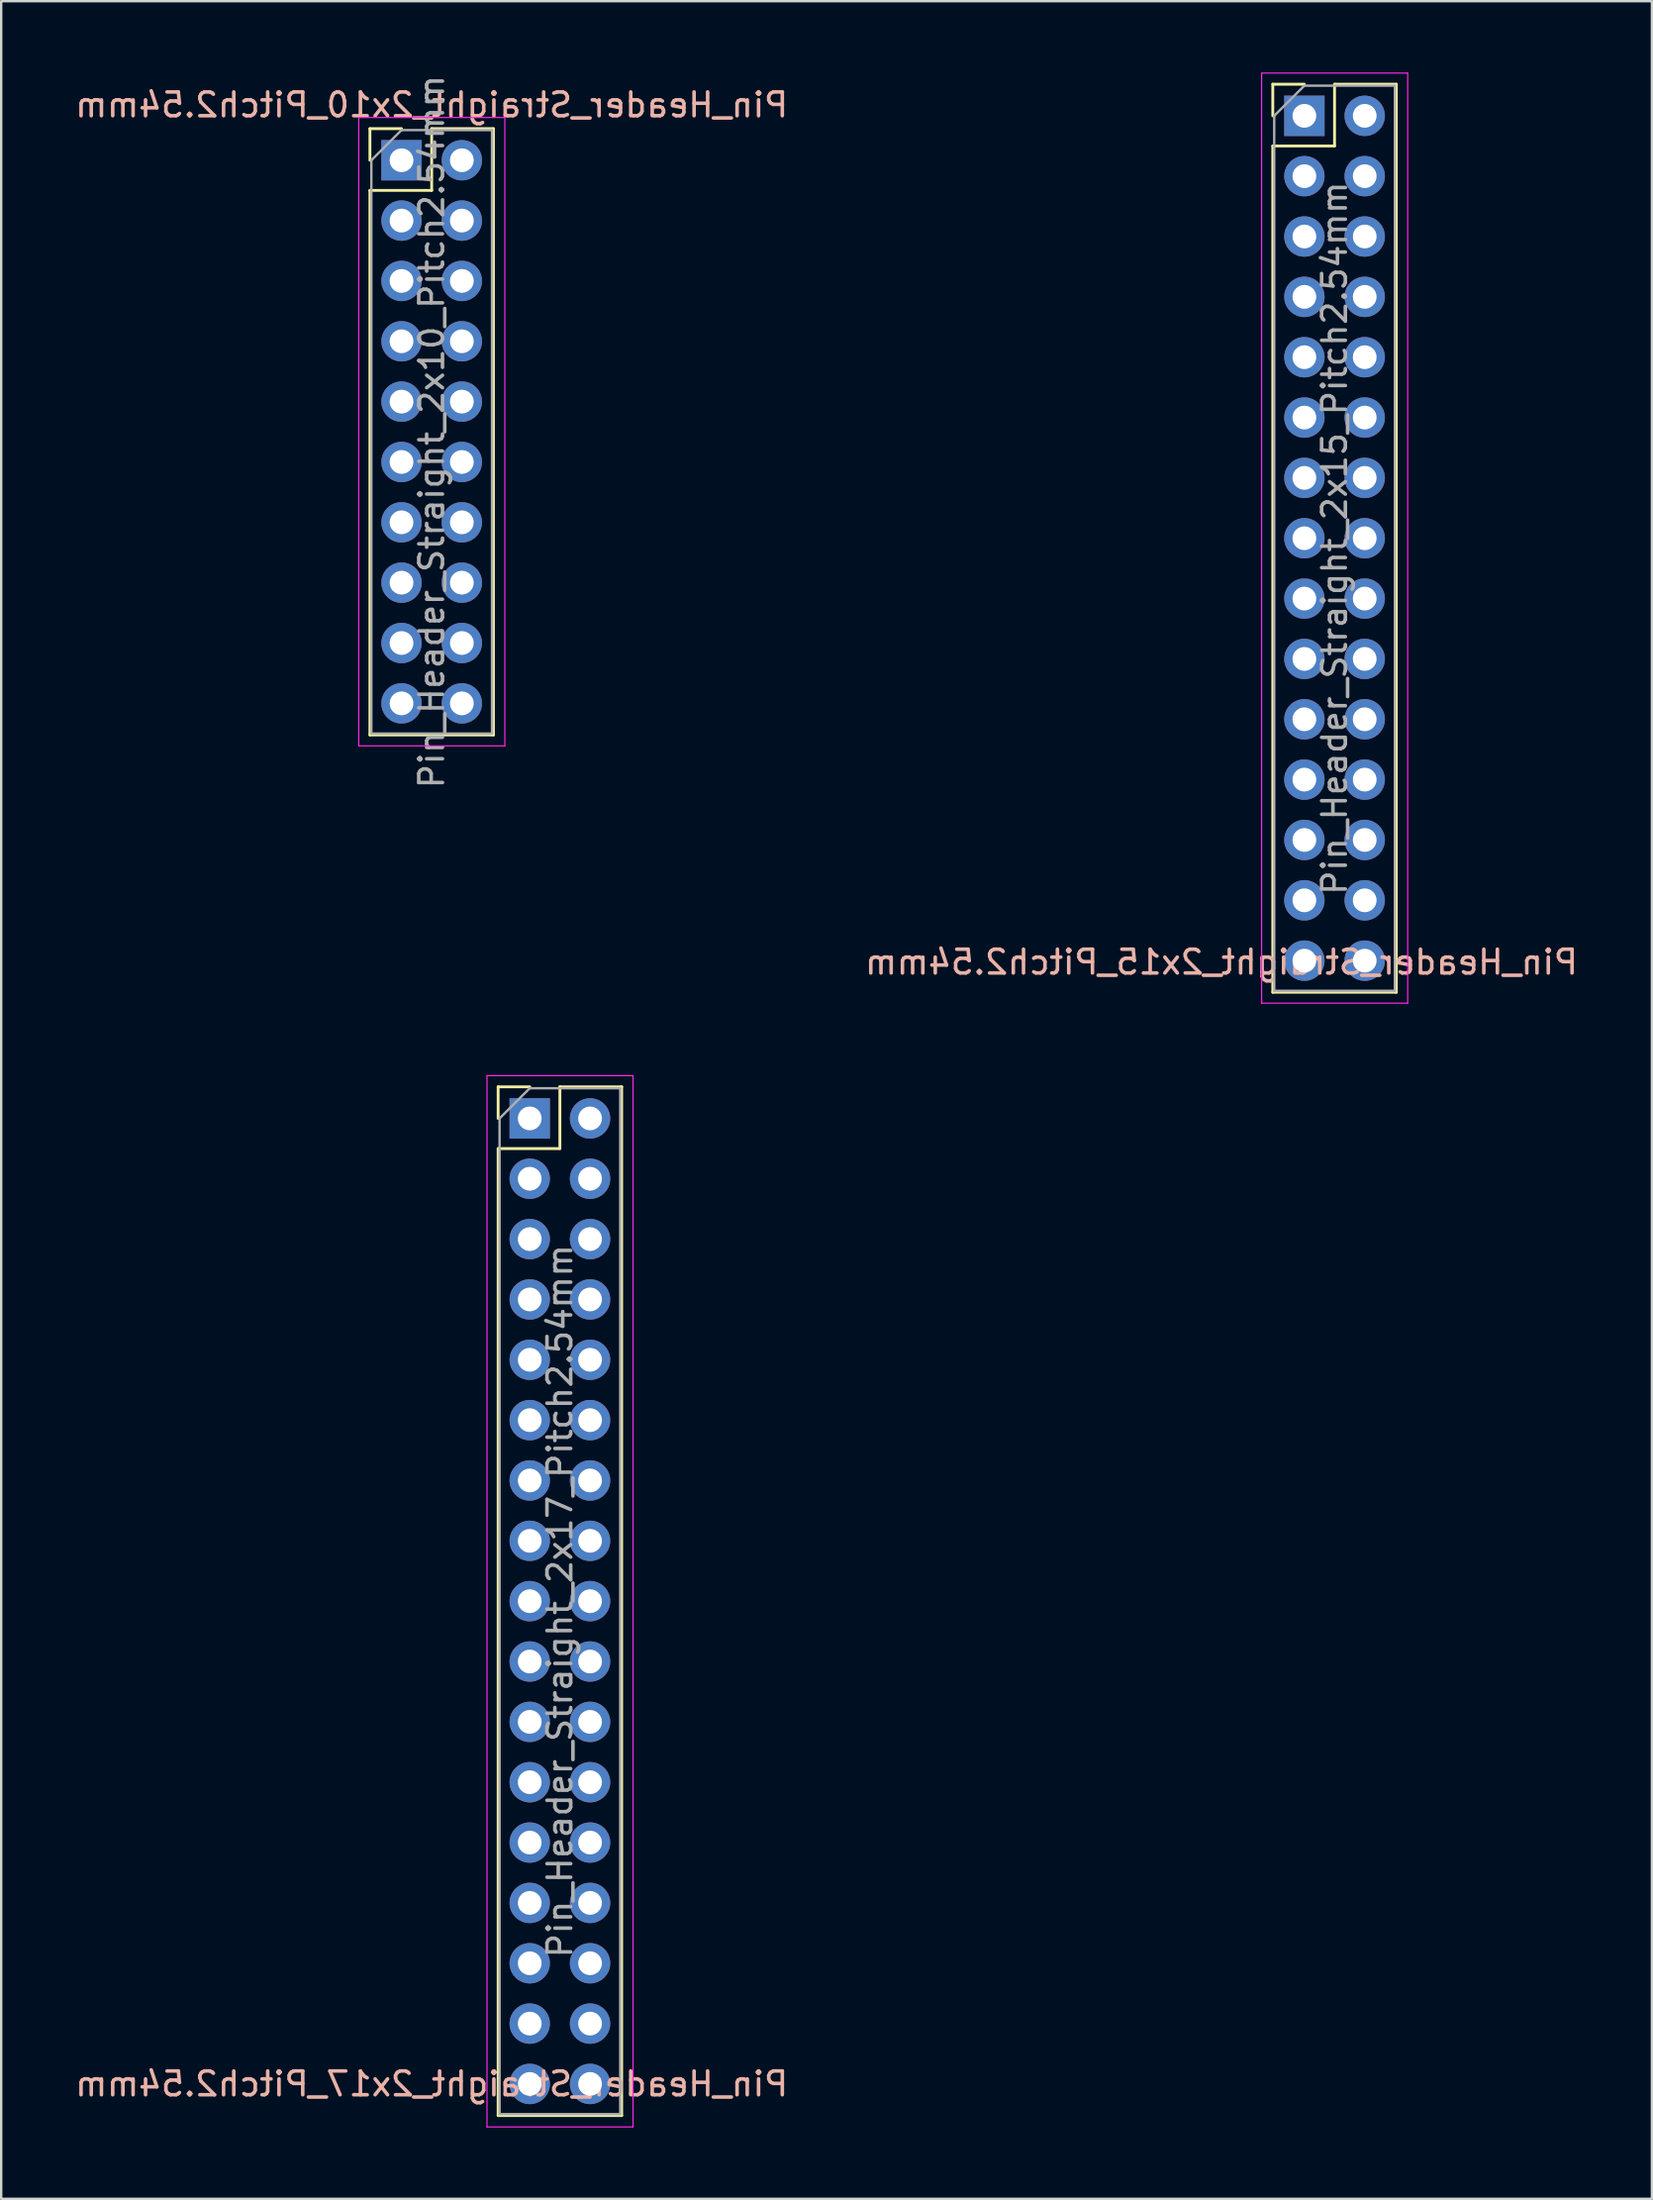
<source format=kicad_pcb>
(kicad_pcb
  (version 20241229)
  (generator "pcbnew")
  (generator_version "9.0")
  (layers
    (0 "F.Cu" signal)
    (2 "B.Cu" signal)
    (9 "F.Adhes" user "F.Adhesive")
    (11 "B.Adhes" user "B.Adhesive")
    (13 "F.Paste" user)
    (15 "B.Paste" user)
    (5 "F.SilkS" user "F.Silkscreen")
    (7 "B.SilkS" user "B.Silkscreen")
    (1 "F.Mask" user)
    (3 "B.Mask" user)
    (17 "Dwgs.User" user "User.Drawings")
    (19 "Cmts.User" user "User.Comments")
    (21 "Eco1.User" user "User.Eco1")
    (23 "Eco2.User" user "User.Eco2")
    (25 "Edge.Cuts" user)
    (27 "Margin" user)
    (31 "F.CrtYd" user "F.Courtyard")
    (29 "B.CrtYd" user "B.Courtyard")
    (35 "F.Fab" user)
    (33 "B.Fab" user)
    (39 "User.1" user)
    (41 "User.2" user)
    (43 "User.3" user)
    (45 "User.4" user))
  (footprint "Pin_Header_Straight_2x17_Pitch2.54mm"
    (layer "F.Cu")
    (at 19.253 44.025)
    (property "Reference" "Pin_Header_Straight_2x17_Pitch2.54mm" (at -4.128 40.64 0) (layer "B.SilkS") (effects (font (size 1 1) (thickness 0.15)) (justify mirror)))
    (attr through_hole)
    (fp_line (start -1.33 -1.33) (end 0 -1.33) (stroke (width 0.12) (type solid)) (layer "F.SilkS"))
    (fp_line (start -1.33 0) (end -1.33 -1.33) (stroke (width 0.12) (type solid)) (layer "F.SilkS"))
    (fp_line (start -1.33 1.27) (end -1.33 41.97) (stroke (width 0.12) (type solid)) (layer "F.SilkS"))
    (fp_line (start -1.33 1.27) (end 1.27 1.27) (stroke (width 0.12) (type solid)) (layer "F.SilkS"))
    (fp_line (start -1.33 41.97) (end 3.87 41.97) (stroke (width 0.12) (type solid)) (layer "F.SilkS"))
    (fp_line (start 1.27 -1.33) (end 3.87 -1.33) (stroke (width 0.12) (type solid)) (layer "F.SilkS"))
    (fp_line (start 1.27 1.27) (end 1.27 -1.33) (stroke (width 0.12) (type solid)) (layer "F.SilkS"))
    (fp_line (start 3.87 -1.33) (end 3.87 41.97) (stroke (width 0.12) (type solid)) (layer "F.SilkS"))
    (fp_line (start -1.8 -1.8) (end -1.8 42.45) (stroke (width 0.05) (type solid)) (layer "F.CrtYd"))
    (fp_line (start -1.8 42.45) (end 4.35 42.45) (stroke (width 0.05) (type solid)) (layer "F.CrtYd"))
    (fp_line (start 4.35 -1.8) (end -1.8 -1.8) (stroke (width 0.05) (type solid)) (layer "F.CrtYd"))
    (fp_line (start 4.35 42.45) (end 4.35 -1.8) (stroke (width 0.05) (type solid)) (layer "F.CrtYd"))
    (fp_line (start -1.27 0) (end 0 -1.27) (stroke (width 0.1) (type solid)) (layer "F.Fab"))
    (fp_line (start -1.27 41.91) (end -1.27 0) (stroke (width 0.1) (type solid)) (layer "F.Fab"))
    (fp_line (start 0 -1.27) (end 3.81 -1.27) (stroke (width 0.1) (type solid)) (layer "F.Fab"))
    (fp_line (start 3.81 -1.27) (end 3.81 41.91) (stroke (width 0.1) (type solid)) (layer "F.Fab"))
    (fp_line (start 3.81 41.91) (end -1.27 41.91) (stroke (width 0.1) (type solid)) (layer "F.Fab"))
    (fp_text user "${REFERENCE}" (at 1.27 20.32 90) (layer "F.Fab") (effects (font (size 1 1) (thickness 0.15))))
    (pad "1" thru_hole rect (at 0 0) (size 1.7 1.7) (drill 1) (layers "*.Cu" "*.Mask"))
    (pad "2" thru_hole oval (at 2.54 0) (size 1.7 1.7) (drill 1) (layers "*.Cu" "*.Mask"))
    (pad "3" thru_hole oval (at 0 2.54) (size 1.7 1.7) (drill 1) (layers "*.Cu" "*.Mask"))
    (pad "4" thru_hole oval (at 2.54 2.54) (size 1.7 1.7) (drill 1) (layers "*.Cu" "*.Mask"))
    (pad "5" thru_hole oval (at 0 5.08) (size 1.7 1.7) (drill 1) (layers "*.Cu" "*.Mask"))
    (pad "6" thru_hole oval (at 2.54 5.08) (size 1.7 1.7) (drill 1) (layers "*.Cu" "*.Mask"))
    (pad "7" thru_hole oval (at 0 7.62) (size 1.7 1.7) (drill 1) (layers "*.Cu" "*.Mask"))
    (pad "8" thru_hole oval (at 2.54 7.62) (size 1.7 1.7) (drill 1) (layers "*.Cu" "*.Mask"))
    (pad "9" thru_hole oval (at 0 10.16) (size 1.7 1.7) (drill 1) (layers "*.Cu" "*.Mask"))
    (pad "10" thru_hole oval (at 2.54 10.16) (size 1.7 1.7) (drill 1) (layers "*.Cu" "*.Mask"))
    (pad "11" thru_hole oval (at 0 12.7) (size 1.7 1.7) (drill 1) (layers "*.Cu" "*.Mask"))
    (pad "12" thru_hole oval (at 2.54 12.7) (size 1.7 1.7) (drill 1) (layers "*.Cu" "*.Mask"))
    (pad "13" thru_hole oval (at 0 15.24) (size 1.7 1.7) (drill 1) (layers "*.Cu" "*.Mask"))
    (pad "14" thru_hole oval (at 2.54 15.24) (size 1.7 1.7) (drill 1) (layers "*.Cu" "*.Mask"))
    (pad "15" thru_hole oval (at 0 17.78) (size 1.7 1.7) (drill 1) (layers "*.Cu" "*.Mask"))
    (pad "16" thru_hole oval (at 2.54 17.78) (size 1.7 1.7) (drill 1) (layers "*.Cu" "*.Mask"))
    (pad "17" thru_hole oval (at 0 20.32) (size 1.7 1.7) (drill 1) (layers "*.Cu" "*.Mask"))
    (pad "18" thru_hole oval (at 2.54 20.32) (size 1.7 1.7) (drill 1) (layers "*.Cu" "*.Mask"))
    (pad "19" thru_hole oval (at 0 22.86) (size 1.7 1.7) (drill 1) (layers "*.Cu" "*.Mask"))
    (pad "20" thru_hole oval (at 2.54 22.86) (size 1.7 1.7) (drill 1) (layers "*.Cu" "*.Mask"))
    (pad "21" thru_hole oval (at 0 25.4) (size 1.7 1.7) (drill 1) (layers "*.Cu" "*.Mask"))
    (pad "22" thru_hole oval (at 2.54 25.4) (size 1.7 1.7) (drill 1) (layers "*.Cu" "*.Mask"))
    (pad "23" thru_hole oval (at 0 27.94) (size 1.7 1.7) (drill 1) (layers "*.Cu" "*.Mask"))
    (pad "24" thru_hole oval (at 2.54 27.94) (size 1.7 1.7) (drill 1) (layers "*.Cu" "*.Mask"))
    (pad "25" thru_hole oval (at 0 30.48) (size 1.7 1.7) (drill 1) (layers "*.Cu" "*.Mask"))
    (pad "26" thru_hole oval (at 2.54 30.48) (size 1.7 1.7) (drill 1) (layers "*.Cu" "*.Mask"))
    (pad "27" thru_hole oval (at 0 33.02) (size 1.7 1.7) (drill 1) (layers "*.Cu" "*.Mask"))
    (pad "28" thru_hole oval (at 2.54 33.02) (size 1.7 1.7) (drill 1) (layers "*.Cu" "*.Mask"))
    (pad "29" thru_hole oval (at 0 35.56) (size 1.7 1.7) (drill 1) (layers "*.Cu" "*.Mask"))
    (pad "30" thru_hole oval (at 2.54 35.56) (size 1.7 1.7) (drill 1) (layers "*.Cu" "*.Mask"))
    (pad "31" thru_hole oval (at 0 38.1) (size 1.7 1.7) (drill 1) (layers "*.Cu" "*.Mask"))
    (pad "32" thru_hole oval (at 2.54 38.1) (size 1.7 1.7) (drill 1) (layers "*.Cu" "*.Mask"))
    (pad "33" thru_hole oval (at 0 40.64) (size 1.7 1.7) (drill 1) (layers "*.Cu" "*.Mask"))
    (pad "34" thru_hole oval (at 2.54 40.64) (size 1.7 1.7) (drill 1) (layers "*.Cu" "*.Mask")))
  (footprint "Pin_Header_Straight_2x15_Pitch2.54mm"
    (layer "F.Cu")
    (at 51.868 1.825)
    (property "Reference" "Pin_Header_Straight_2x15_Pitch2.54mm" (at -3.493 35.623 0) (layer "B.SilkS") (effects (font (size 1 1) (thickness 0.15)) (justify mirror)))
    (attr through_hole)
    (fp_line (start -1.33 -1.33) (end 0 -1.33) (stroke (width 0.12) (type solid)) (layer "F.SilkS"))
    (fp_line (start -1.33 0) (end -1.33 -1.33) (stroke (width 0.12) (type solid)) (layer "F.SilkS"))
    (fp_line (start -1.33 1.27) (end -1.33 36.89) (stroke (width 0.12) (type solid)) (layer "F.SilkS"))
    (fp_line (start -1.33 1.27) (end 1.27 1.27) (stroke (width 0.12) (type solid)) (layer "F.SilkS"))
    (fp_line (start -1.33 36.89) (end 3.87 36.89) (stroke (width 0.12) (type solid)) (layer "F.SilkS"))
    (fp_line (start 1.27 -1.33) (end 3.87 -1.33) (stroke (width 0.12) (type solid)) (layer "F.SilkS"))
    (fp_line (start 1.27 1.27) (end 1.27 -1.33) (stroke (width 0.12) (type solid)) (layer "F.SilkS"))
    (fp_line (start 3.87 -1.33) (end 3.87 36.89) (stroke (width 0.12) (type solid)) (layer "F.SilkS"))
    (fp_line (start -1.8 -1.8) (end -1.8 37.35) (stroke (width 0.05) (type solid)) (layer "F.CrtYd"))
    (fp_line (start -1.8 37.35) (end 4.35 37.35) (stroke (width 0.05) (type solid)) (layer "F.CrtYd"))
    (fp_line (start 4.35 -1.8) (end -1.8 -1.8) (stroke (width 0.05) (type solid)) (layer "F.CrtYd"))
    (fp_line (start 4.35 37.35) (end 4.35 -1.8) (stroke (width 0.05) (type solid)) (layer "F.CrtYd"))
    (fp_line (start -1.27 0) (end 0 -1.27) (stroke (width 0.1) (type solid)) (layer "F.Fab"))
    (fp_line (start -1.27 36.83) (end -1.27 0) (stroke (width 0.1) (type solid)) (layer "F.Fab"))
    (fp_line (start 0 -1.27) (end 3.81 -1.27) (stroke (width 0.1) (type solid)) (layer "F.Fab"))
    (fp_line (start 3.81 -1.27) (end 3.81 36.83) (stroke (width 0.1) (type solid)) (layer "F.Fab"))
    (fp_line (start 3.81 36.83) (end -1.27 36.83) (stroke (width 0.1) (type solid)) (layer "F.Fab"))
    (fp_text user "${REFERENCE}" (at 1.27 17.78 90) (layer "F.Fab") (effects (font (size 1 1) (thickness 0.15))))
    (pad "1" thru_hole rect (at 0 0) (size 1.7 1.7) (drill 1) (layers "*.Cu" "*.Mask"))
    (pad "2" thru_hole oval (at 2.54 0) (size 1.7 1.7) (drill 1) (layers "*.Cu" "*.Mask"))
    (pad "3" thru_hole oval (at 0 2.54) (size 1.7 1.7) (drill 1) (layers "*.Cu" "*.Mask"))
    (pad "4" thru_hole oval (at 2.54 2.54) (size 1.7 1.7) (drill 1) (layers "*.Cu" "*.Mask"))
    (pad "5" thru_hole oval (at 0 5.08) (size 1.7 1.7) (drill 1) (layers "*.Cu" "*.Mask"))
    (pad "6" thru_hole oval (at 2.54 5.08) (size 1.7 1.7) (drill 1) (layers "*.Cu" "*.Mask"))
    (pad "7" thru_hole oval (at 0 7.62) (size 1.7 1.7) (drill 1) (layers "*.Cu" "*.Mask"))
    (pad "8" thru_hole oval (at 2.54 7.62) (size 1.7 1.7) (drill 1) (layers "*.Cu" "*.Mask"))
    (pad "9" thru_hole oval (at 0 10.16) (size 1.7 1.7) (drill 1) (layers "*.Cu" "*.Mask"))
    (pad "10" thru_hole oval (at 2.54 10.16) (size 1.7 1.7) (drill 1) (layers "*.Cu" "*.Mask"))
    (pad "11" thru_hole oval (at 0 12.7) (size 1.7 1.7) (drill 1) (layers "*.Cu" "*.Mask"))
    (pad "12" thru_hole oval (at 2.54 12.7) (size 1.7 1.7) (drill 1) (layers "*.Cu" "*.Mask"))
    (pad "13" thru_hole oval (at 0 15.24) (size 1.7 1.7) (drill 1) (layers "*.Cu" "*.Mask"))
    (pad "14" thru_hole oval (at 2.54 15.24) (size 1.7 1.7) (drill 1) (layers "*.Cu" "*.Mask"))
    (pad "15" thru_hole oval (at 0 17.78) (size 1.7 1.7) (drill 1) (layers "*.Cu" "*.Mask"))
    (pad "16" thru_hole oval (at 2.54 17.78) (size 1.7 1.7) (drill 1) (layers "*.Cu" "*.Mask"))
    (pad "17" thru_hole oval (at 0 20.32) (size 1.7 1.7) (drill 1) (layers "*.Cu" "*.Mask"))
    (pad "18" thru_hole oval (at 2.54 20.32) (size 1.7 1.7) (drill 1) (layers "*.Cu" "*.Mask"))
    (pad "19" thru_hole oval (at 0 22.86) (size 1.7 1.7) (drill 1) (layers "*.Cu" "*.Mask"))
    (pad "20" thru_hole oval (at 2.54 22.86) (size 1.7 1.7) (drill 1) (layers "*.Cu" "*.Mask"))
    (pad "21" thru_hole oval (at 0 25.4) (size 1.7 1.7) (drill 1) (layers "*.Cu" "*.Mask"))
    (pad "22" thru_hole oval (at 2.54 25.4) (size 1.7 1.7) (drill 1) (layers "*.Cu" "*.Mask"))
    (pad "23" thru_hole oval (at 0 27.94) (size 1.7 1.7) (drill 1) (layers "*.Cu" "*.Mask"))
    (pad "24" thru_hole oval (at 2.54 27.94) (size 1.7 1.7) (drill 1) (layers "*.Cu" "*.Mask"))
    (pad "25" thru_hole oval (at 0 30.48) (size 1.7 1.7) (drill 1) (layers "*.Cu" "*.Mask"))
    (pad "26" thru_hole oval (at 2.54 30.48) (size 1.7 1.7) (drill 1) (layers "*.Cu" "*.Mask"))
    (pad "27" thru_hole oval (at 0 33.02) (size 1.7 1.7) (drill 1) (layers "*.Cu" "*.Mask"))
    (pad "28" thru_hole oval (at 2.54 33.02) (size 1.7 1.7) (drill 1) (layers "*.Cu" "*.Mask"))
    (pad "29" thru_hole oval (at 0 35.56) (size 1.7 1.7) (drill 1) (layers "*.Cu" "*.Mask"))
    (pad "30" thru_hole oval (at 2.54 35.56) (size 1.7 1.7) (drill 1) (layers "*.Cu" "*.Mask")))
  (footprint "Pin_Header_Straight_2x10_Pitch2.54mm"
    (layer "F.Cu")
    (at 13.855 3.695)
    (property "Reference" "Pin_Header_Straight_2x10_Pitch2.54mm" (at 1.27 -2.33 0) (layer "B.SilkS") (effects (font (size 1 1) (thickness 0.15)) (justify mirror)))
    (attr through_hole)
    (fp_line (start -1.33 -1.33) (end 0 -1.33) (stroke (width 0.12) (type solid)) (layer "F.SilkS"))
    (fp_line (start -1.33 0) (end -1.33 -1.33) (stroke (width 0.12) (type solid)) (layer "F.SilkS"))
    (fp_line (start -1.33 1.27) (end -1.33 24.19) (stroke (width 0.12) (type solid)) (layer "F.SilkS"))
    (fp_line (start -1.33 1.27) (end 1.27 1.27) (stroke (width 0.12) (type solid)) (layer "F.SilkS"))
    (fp_line (start -1.33 24.19) (end 3.87 24.19) (stroke (width 0.12) (type solid)) (layer "F.SilkS"))
    (fp_line (start 1.27 -1.33) (end 3.87 -1.33) (stroke (width 0.12) (type solid)) (layer "F.SilkS"))
    (fp_line (start 1.27 1.27) (end 1.27 -1.33) (stroke (width 0.12) (type solid)) (layer "F.SilkS"))
    (fp_line (start 3.87 -1.33) (end 3.87 24.19) (stroke (width 0.12) (type solid)) (layer "F.SilkS"))
    (fp_line (start -1.8 -1.8) (end -1.8 24.65) (stroke (width 0.05) (type solid)) (layer "F.CrtYd"))
    (fp_line (start -1.8 24.65) (end 4.35 24.65) (stroke (width 0.05) (type solid)) (layer "F.CrtYd"))
    (fp_line (start 4.35 -1.8) (end -1.8 -1.8) (stroke (width 0.05) (type solid)) (layer "F.CrtYd"))
    (fp_line (start 4.35 24.65) (end 4.35 -1.8) (stroke (width 0.05) (type solid)) (layer "F.CrtYd"))
    (fp_line (start -1.27 0) (end 0 -1.27) (stroke (width 0.1) (type solid)) (layer "F.Fab"))
    (fp_line (start -1.27 24.13) (end -1.27 0) (stroke (width 0.1) (type solid)) (layer "F.Fab"))
    (fp_line (start 0 -1.27) (end 3.81 -1.27) (stroke (width 0.1) (type solid)) (layer "F.Fab"))
    (fp_line (start 3.81 -1.27) (end 3.81 24.13) (stroke (width 0.1) (type solid)) (layer "F.Fab"))
    (fp_line (start 3.81 24.13) (end -1.27 24.13) (stroke (width 0.1) (type solid)) (layer "F.Fab"))
    (fp_text user "${REFERENCE}" (at 1.27 11.43 90) (layer "F.Fab") (effects (font (size 1 1) (thickness 0.15))))
    (pad "1" thru_hole rect (at 0 0) (size 1.7 1.7) (drill 1) (layers "*.Cu" "*.Mask"))
    (pad "2" thru_hole oval (at 2.54 0) (size 1.7 1.7) (drill 1) (layers "*.Cu" "*.Mask"))
    (pad "3" thru_hole oval (at 0 2.54) (size 1.7 1.7) (drill 1) (layers "*.Cu" "*.Mask"))
    (pad "4" thru_hole oval (at 2.54 2.54) (size 1.7 1.7) (drill 1) (layers "*.Cu" "*.Mask"))
    (pad "5" thru_hole oval (at 0 5.08) (size 1.7 1.7) (drill 1) (layers "*.Cu" "*.Mask"))
    (pad "6" thru_hole oval (at 2.54 5.08) (size 1.7 1.7) (drill 1) (layers "*.Cu" "*.Mask"))
    (pad "7" thru_hole oval (at 0 7.62) (size 1.7 1.7) (drill 1) (layers "*.Cu" "*.Mask"))
    (pad "8" thru_hole oval (at 2.54 7.62) (size 1.7 1.7) (drill 1) (layers "*.Cu" "*.Mask"))
    (pad "9" thru_hole oval (at 0 10.16) (size 1.7 1.7) (drill 1) (layers "*.Cu" "*.Mask"))
    (pad "10" thru_hole oval (at 2.54 10.16) (size 1.7 1.7) (drill 1) (layers "*.Cu" "*.Mask"))
    (pad "11" thru_hole oval (at 0 12.7) (size 1.7 1.7) (drill 1) (layers "*.Cu" "*.Mask"))
    (pad "12" thru_hole oval (at 2.54 12.7) (size 1.7 1.7) (drill 1) (layers "*.Cu" "*.Mask"))
    (pad "13" thru_hole oval (at 0 15.24) (size 1.7 1.7) (drill 1) (layers "*.Cu" "*.Mask"))
    (pad "14" thru_hole oval (at 2.54 15.24) (size 1.7 1.7) (drill 1) (layers "*.Cu" "*.Mask"))
    (pad "15" thru_hole oval (at 0 17.78) (size 1.7 1.7) (drill 1) (layers "*.Cu" "*.Mask"))
    (pad "16" thru_hole oval (at 2.54 17.78) (size 1.7 1.7) (drill 1) (layers "*.Cu" "*.Mask"))
    (pad "17" thru_hole oval (at 0 20.32) (size 1.7 1.7) (drill 1) (layers "*.Cu" "*.Mask"))
    (pad "18" thru_hole oval (at 2.54 20.32) (size 1.7 1.7) (drill 1) (layers "*.Cu" "*.Mask"))
    (pad "19" thru_hole oval (at 0 22.86) (size 1.7 1.7) (drill 1) (layers "*.Cu" "*.Mask"))
    (pad "20" thru_hole oval (at 2.54 22.86) (size 1.7 1.7) (drill 1) (layers "*.Cu" "*.Mask")))
  (gr_rect
    (start -3 -3)
    (end 66.5 89.5)
    (stroke (width 0.1) (type default))
    (fill no)
    (layer "Edge.Cuts")))
</source>
